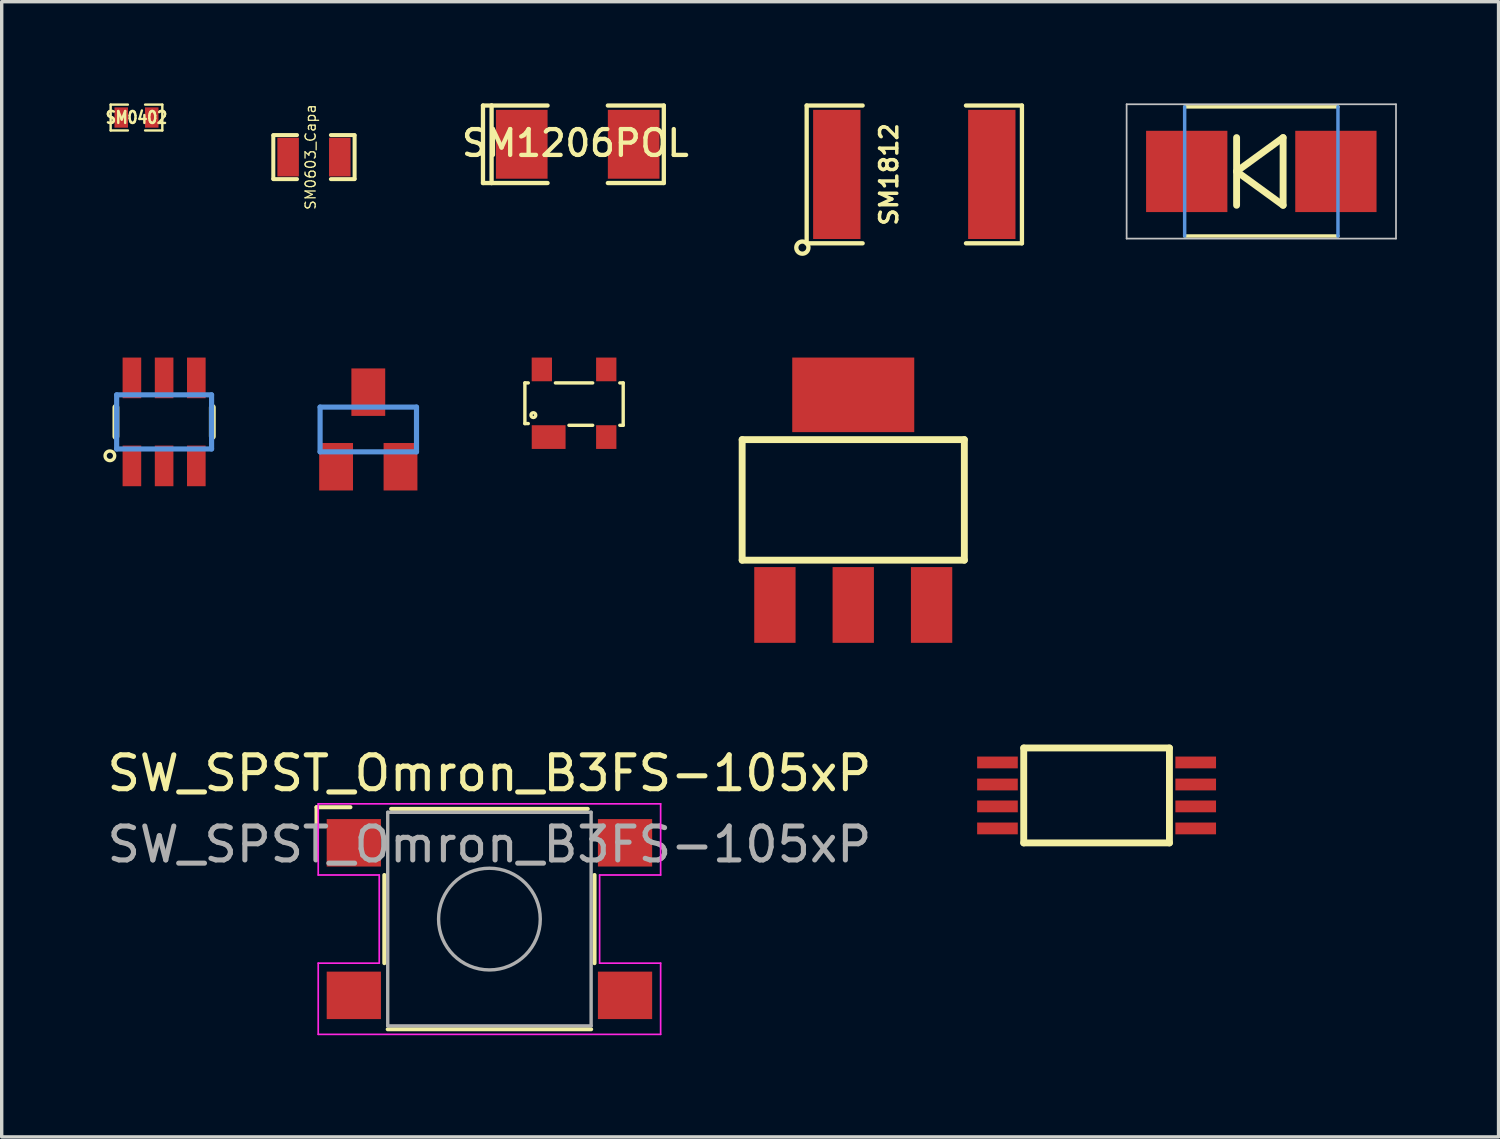
<source format=kicad_pcb>
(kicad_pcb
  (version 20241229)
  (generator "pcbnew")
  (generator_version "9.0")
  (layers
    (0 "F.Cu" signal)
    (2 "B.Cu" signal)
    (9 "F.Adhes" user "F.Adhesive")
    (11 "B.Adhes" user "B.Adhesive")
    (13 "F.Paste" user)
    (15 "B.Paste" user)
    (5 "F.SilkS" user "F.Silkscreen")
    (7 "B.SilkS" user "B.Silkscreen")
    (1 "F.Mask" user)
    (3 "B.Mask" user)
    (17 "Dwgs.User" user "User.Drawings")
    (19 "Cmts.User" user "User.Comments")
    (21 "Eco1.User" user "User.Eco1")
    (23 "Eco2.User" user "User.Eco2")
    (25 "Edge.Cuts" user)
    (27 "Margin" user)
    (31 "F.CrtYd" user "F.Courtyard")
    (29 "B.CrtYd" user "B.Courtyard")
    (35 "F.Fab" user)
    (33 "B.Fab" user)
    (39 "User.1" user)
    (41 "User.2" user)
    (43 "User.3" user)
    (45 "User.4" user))
  (footprint "SOT223"
    (layer "F.Cu")
    (at 22.119 11.696)
    (property "Reference" "SOT223" (at 0 -0.254 0) (layer "Eco1.User") (effects (font (size 1.27 1.27) (thickness 0.102))))
    (attr through_hole)
    (fp_line (start -3.277 -1.778) (end 3.277 -1.778) (stroke (width 0.203) (type solid)) (layer "F.SilkS"))
    (fp_line (start -3.277 1.778) (end -3.277 -1.778) (stroke (width 0.203) (type solid)) (layer "F.SilkS"))
    (fp_line (start 3.277 -1.778) (end 3.277 1.778) (stroke (width 0.203) (type solid)) (layer "F.SilkS"))
    (fp_line (start 3.277 1.778) (end -3.277 1.778) (stroke (width 0.203) (type solid)) (layer "F.SilkS"))
    (pad "1" smd rect (at -2.311 3.099) (size 1.219 2.235) (layers "F.Cu" "F.Mask" "F.Paste"))
    (pad "2" smd rect (at 0 -3.099) (size 3.599 2.2) (layers "F.Cu" "F.Mask" "F.Paste"))
    (pad "2" smd rect (at 0 3.099) (size 1.219 2.235) (layers "F.Cu" "F.Mask" "F.Paste"))
    (pad "3" smd rect (at 2.311 3.099) (size 1.219 2.235) (layers "F.Cu" "F.Mask" "F.Paste")))
  (footprint "SM1206POL"
    (layer "F.Cu")
    (at 13.991 1.206)
    (property "Reference" "SM1206POL" (at -0.069 -0.033 0) (layer "F.SilkS") (effects (font (size 0.762 0.762) (thickness 0.127))))
    (attr smd)
    (fp_line (start -2.794 -1.143) (end -2.794 1.143) (stroke (width 0.127) (type solid)) (layer "F.SilkS"))
    (fp_line (start -2.794 1.143) (end -2.54 1.143) (stroke (width 0.127) (type solid)) (layer "F.SilkS"))
    (fp_line (start -2.54 -1.143) (end -2.794 -1.143) (stroke (width 0.127) (type solid)) (layer "F.SilkS"))
    (fp_line (start -2.54 -1.143) (end -2.54 1.143) (stroke (width 0.127) (type solid)) (layer "F.SilkS"))
    (fp_line (start -2.54 1.143) (end -0.889 1.143) (stroke (width 0.127) (type solid)) (layer "F.SilkS"))
    (fp_line (start -0.889 -1.143) (end -2.54 -1.143) (stroke (width 0.127) (type solid)) (layer "F.SilkS"))
    (fp_line (start 0.889 -1.143) (end 2.54 -1.143) (stroke (width 0.127) (type solid)) (layer "F.SilkS"))
    (fp_line (start 2.54 -1.143) (end 2.54 1.143) (stroke (width 0.127) (type solid)) (layer "F.SilkS"))
    (fp_line (start 2.54 1.143) (end 0.889 1.143) (stroke (width 0.127) (type solid)) (layer "F.SilkS"))
    (pad "1" smd rect (at -1.651 0) (size 1.524 2.032) (layers "F.Cu" "F.Mask" "F.Paste"))
    (pad "2" smd rect (at 1.651 0) (size 1.524 2.032) (layers "F.Cu" "F.Mask" "F.Paste")))
  (footprint "SOT23-6"
    (layer "F.Cu")
    (at 1.791 9.395)
    (property "Reference" "SOT23-6" (at 0 -0.25 0) (layer "Eco1.User") (effects (font (size 0.254 0.254) (thickness 0.03))))
    (attr through_hole)
    (fp_line (start -1.422 0.429) (end -1.422 -0.429) (stroke (width 0.203) (type solid)) (layer "F.SilkS"))
    (fp_line (start 1.422 -0.429) (end 1.422 0.429) (stroke (width 0.203) (type solid)) (layer "F.SilkS"))
    (fp_circle (center -1.6 1) (end -1.5 0.9) (stroke (width 0.1) (type solid)) (fill no) (layer "F.SilkS"))
    (fp_line (start -1.4 -0.798) (end -1.4 0.798) (stroke (width 0.152) (type solid)) (layer "Cmts.User"))
    (fp_line (start -1.4 -0.798) (end 1.4 -0.798) (stroke (width 0.152) (type solid)) (layer "Cmts.User"))
    (fp_line (start 1.4 -0.798) (end 1.4 0.798) (stroke (width 0.152) (type solid)) (layer "Cmts.User"))
    (fp_line (start 1.4 0.798) (end -1.4 0.798) (stroke (width 0.152) (type solid)) (layer "Cmts.User"))
    (pad "1" smd rect (at -0.95 1.298) (size 0.549 1.199) (layers "F.Cu" "F.Mask" "F.Paste"))
    (pad "2" smd rect (at 0 1.298) (size 0.549 1.199) (layers "F.Cu" "F.Mask" "F.Paste"))
    (pad "3" smd rect (at 0.95 1.298) (size 0.549 1.199) (layers "F.Cu" "F.Mask" "F.Paste"))
    (pad "4" smd rect (at 0.95 -1.298) (size 0.549 1.199) (layers "F.Cu" "F.Mask" "F.Paste"))
    (pad "5" smd rect (at 0 -1.298) (size 0.549 1.199) (layers "F.Cu" "F.Mask" "F.Paste"))
    (pad "6" smd rect (at -0.95 -1.298) (size 0.549 1.199) (layers "F.Cu" "F.Mask" "F.Paste")))
  (footprint "SM0603_Capa"
    (layer "F.Cu")
    (at 6.211 1.584)
    (property "Reference" "SM0603_Capa" (at -0.1 0 90) (layer "F.SilkS") (effects (font (size 0.3 0.3) (thickness 0.038))))
    (attr smd)
    (fp_line (start -1.199 -0.65) (end -0.5 -0.65) (stroke (width 0.119) (type solid)) (layer "F.SilkS"))
    (fp_line (start -1.199 0.635) (end -1.199 -0.635) (stroke (width 0.119) (type solid)) (layer "F.SilkS"))
    (fp_line (start -0.5 0.65) (end -1.199 0.65) (stroke (width 0.119) (type solid)) (layer "F.SilkS"))
    (fp_line (start 0.5 -0.65) (end 1.199 -0.65) (stroke (width 0.119) (type solid)) (layer "F.SilkS"))
    (fp_line (start 0.5 0.65) (end 1.199 0.65) (stroke (width 0.119) (type solid)) (layer "F.SilkS"))
    (fp_line (start 1.199 -0.635) (end 1.199 0.635) (stroke (width 0.119) (type solid)) (layer "F.SilkS"))
    (pad "1" smd rect (at -0.762 0) (size 0.635 1.143) (layers "F.Cu" "F.Mask" "F.Paste"))
    (pad "2" smd rect (at 0.762 0) (size 0.635 1.143) (layers "F.Cu" "F.Mask" "F.Paste")))
  (footprint "SMB-DIODE"
    (layer "F.Cu")
    (at 34.156 2.007)
    (property "Reference" "SMB-DIODE" (at 0.015 -0.095 0) (layer "Eco1.User") (effects (font (size 0.25 0.25) (thickness 0.062))))
    (attr through_hole)
    (fp_line (start -2.261 -1.905) (end 2.261 -1.905) (stroke (width 0.102) (type solid)) (layer "F.SilkS"))
    (fp_line (start -2.261 1.905) (end 2.261 1.905) (stroke (width 0.102) (type solid)) (layer "F.SilkS"))
    (fp_line (start -0.729 -0.998) (end -0.729 0.998) (stroke (width 0.203) (type solid)) (layer "F.SilkS"))
    (fp_line (start -0.729 0) (end 0.643 0.998) (stroke (width 0.203) (type solid)) (layer "F.SilkS"))
    (fp_line (start 0.643 -0.998) (end -0.729 0) (stroke (width 0.203) (type solid)) (layer "F.SilkS"))
    (fp_line (start 0.643 0.998) (end 0.643 -0.998) (stroke (width 0.203) (type solid)) (layer "F.SilkS"))
    (fp_line (start -3.973 -1.981) (end 3.973 -1.981) (stroke (width 0.051) (type solid)) (layer "Dwgs.User"))
    (fp_line (start -3.973 1.981) (end -3.973 -1.981) (stroke (width 0.051) (type solid)) (layer "Dwgs.User"))
    (fp_line (start 3.973 -1.981) (end 3.973 1.981) (stroke (width 0.051) (type solid)) (layer "Dwgs.User"))
    (fp_line (start 3.973 1.981) (end -3.973 1.981) (stroke (width 0.051) (type solid)) (layer "Dwgs.User"))
    (fp_line (start -2.261 1.905) (end -2.261 -1.905) (stroke (width 0.102) (type solid)) (layer "Cmts.User"))
    (fp_line (start 2.261 1.905) (end 2.261 -1.905) (stroke (width 0.102) (type solid)) (layer "Cmts.User"))
    (pad "A" smd rect (at 2.2 0) (size 2.398 2.398) (layers "F.Cu" "F.Mask" "F.Paste"))
    (pad "K" smd rect (at -2.2 0) (size 2.398 2.398) (layers "F.Cu" "F.Mask" "F.Paste")))
  (footprint "SOT23"
    (layer "F.Cu")
    (at 7.814 9.618)
    (property "Reference" "SOT23" (at -0.076 -1.829 0) (layer "Eco1.User") (effects (font (size 0.406 0.406) (thickness 0.03))))
    (attr through_hole)
    (fp_line (start -1.422 -0.66) (end 1.422 -0.66) (stroke (width 0.152) (type solid)) (layer "Cmts.User"))
    (fp_line (start -1.422 0.66) (end -1.422 -0.66) (stroke (width 0.152) (type solid)) (layer "Cmts.User"))
    (fp_line (start 1.422 -0.66) (end 1.422 0.66) (stroke (width 0.152) (type solid)) (layer "Cmts.User"))
    (fp_line (start 1.422 0.66) (end -1.422 0.66) (stroke (width 0.152) (type solid)) (layer "Cmts.User"))
    (pad "1" smd rect (at -0.95 1.1) (size 0.998 1.4) (layers "F.Cu" "F.Mask" "F.Paste"))
    (pad "2" smd rect (at 0.95 1.1) (size 0.998 1.4) (layers "F.Cu" "F.Mask" "F.Paste"))
    (pad "3" smd rect (at 0 -1.1) (size 0.998 1.4) (layers "F.Cu" "F.Mask" "F.Paste")))
  (footprint "SM0402"
    (layer "F.Cu")
    (at 0.976 0.417)
    (property "Reference" "SM0402" (at 0 0 0) (layer "F.SilkS") (effects (font (size 0.351 0.305) (thickness 0.071))))
    (attr smd)
    (fp_line (start -0.762 -0.381) (end -0.762 0.381) (stroke (width 0.071) (type solid)) (layer "F.SilkS"))
    (fp_line (start -0.762 0.381) (end -0.254 0.381) (stroke (width 0.071) (type solid)) (layer "F.SilkS"))
    (fp_line (start -0.254 -0.381) (end -0.762 -0.381) (stroke (width 0.071) (type solid)) (layer "F.SilkS"))
    (fp_line (start 0.254 -0.381) (end 0.762 -0.381) (stroke (width 0.071) (type solid)) (layer "F.SilkS"))
    (fp_line (start 0.762 -0.381) (end 0.762 0.381) (stroke (width 0.071) (type solid)) (layer "F.SilkS"))
    (fp_line (start 0.762 0.381) (end 0.254 0.381) (stroke (width 0.071) (type solid)) (layer "F.SilkS"))
    (pad "1" smd rect (at -0.45 0) (size 0.399 0.599) (layers "F.Cu" "F.Mask" "F.Paste"))
    (pad "2" smd rect (at 0.45 0) (size 0.399 0.599) (layers "F.Cu" "F.Mask" "F.Paste")))
  (footprint "TSSOP8"
    (layer "F.Cu")
    (at 29.297 20.414)
    (property "Reference" "TSSOP8" (at 0 -0.5 0) (layer "Eco1.User") (effects (font (size 0.254 0.254) (thickness 0.064))))
    (attr through_hole)
    (fp_line (start -2.149 -1.4) (end -2.149 1.4) (stroke (width 0.203) (type solid)) (layer "F.SilkS"))
    (fp_line (start -2.149 1.4) (end 2.149 1.4) (stroke (width 0.203) (type solid)) (layer "F.SilkS"))
    (fp_line (start 2.149 -1.4) (end -2.149 -1.4) (stroke (width 0.203) (type solid)) (layer "F.SilkS"))
    (fp_line (start 2.149 1.4) (end 2.149 -1.4) (stroke (width 0.203) (type solid)) (layer "F.SilkS"))
    (fp_circle (center -1.623 -0.648) (end -1.3 -0.648) (stroke (width 0.00012) (type solid)) (fill no) (layer "F.SilkS"))
    (pad "1" smd rect (at -2.924 -0.973) (size 1.199 0.348) (layers "F.Cu" "F.Mask" "F.Paste"))
    (pad "2" smd rect (at -2.924 -0.323) (size 1.199 0.348) (layers "F.Cu" "F.Mask" "F.Paste"))
    (pad "3" smd rect (at -2.924 0.323) (size 1.199 0.348) (layers "F.Cu" "F.Mask" "F.Paste"))
    (pad "4" smd rect (at -2.924 0.973) (size 1.199 0.348) (layers "F.Cu" "F.Mask" "F.Paste"))
    (pad "5" smd rect (at 2.924 0.973) (size 1.199 0.348) (layers "F.Cu" "F.Mask" "F.Paste"))
    (pad "6" smd rect (at 2.924 0.323) (size 1.199 0.348) (layers "F.Cu" "F.Mask" "F.Paste"))
    (pad "7" smd rect (at 2.924 -0.323) (size 1.199 0.348) (layers "F.Cu" "F.Mask" "F.Paste"))
    (pad "8" smd rect (at 2.924 -0.973) (size 1.199 0.348) (layers "F.Cu" "F.Mask" "F.Paste")))
  (footprint "SOT143-R"
    (layer "F.Cu")
    (at 13.883 8.845)
    (property "Reference" "SOT143-R" (at 0.036 0.048 0) (layer "Eco1.User") (effects (font (size 0.4 0.4) (thickness 0.05))))
    (attr through_hole)
    (fp_line (start -1.45 -0.6) (end -1.45 0.6) (stroke (width 0.1) (type solid)) (layer "F.SilkS"))
    (fp_line (start -1.45 0.6) (end -1.35 0.6) (stroke (width 0.1) (type solid)) (layer "F.SilkS"))
    (fp_line (start -1.35 -0.6) (end -1.45 -0.6) (stroke (width 0.1) (type solid)) (layer "F.SilkS"))
    (fp_line (start -0.55 -0.6) (end 0.55 -0.6) (stroke (width 0.1) (type solid)) (layer "F.SilkS"))
    (fp_line (start -0.15 0.65) (end 0.55 0.65) (stroke (width 0.1) (type solid)) (layer "F.SilkS"))
    (fp_line (start 1.35 -0.6) (end 1.45 -0.6) (stroke (width 0.1) (type solid)) (layer "F.SilkS"))
    (fp_line (start 1.45 -0.6) (end 1.45 0.65) (stroke (width 0.1) (type solid)) (layer "F.SilkS"))
    (fp_line (start 1.45 0.65) (end 1.35 0.65) (stroke (width 0.1) (type solid)) (layer "F.SilkS"))
    (fp_circle (center -1.2 0.35) (end -1.25 0.3) (stroke (width 0.1) (type solid)) (fill no) (layer "F.SilkS"))
    (pad "1" smd rect (at -0.749 0.998) (size 0.998 0.699) (layers "F.Cu" "F.Mask" "F.Paste"))
    (pad "2" smd rect (at 0.95 0.998) (size 0.599 0.699) (layers "F.Cu" "F.Mask" "F.Paste"))
    (pad "3" smd rect (at 0.95 -0.998) (size 0.599 0.699) (layers "F.Cu" "F.Mask" "F.Paste"))
    (pad "4" smd rect (at -0.95 -0.998) (size 0.599 0.699) (layers "F.Cu" "F.Mask" "F.Paste")))
  (footprint "SW_SPST_Omron_B3FS-105xP"
    (layer "F.Cu")
    (at 11.387 24.061)
    (property "Reference" "SW_SPST_Omron_B3FS-105xP" (at 0 -4.3 0) (layer "F.SilkS") (effects (font (size 1 1) (thickness 0.15))))
    (attr smd)
    (fp_line (start -5.1 -3.3) (end -4.1 -3.3) (stroke (width 0.12) (type solid)) (layer "F.SilkS"))
    (fp_line (start -5.1 -2.3) (end -5.1 -3.3) (stroke (width 0.12) (type solid)) (layer "F.SilkS"))
    (fp_line (start -3.1 -1.3) (end -3.1 1.3) (stroke (width 0.12) (type solid)) (layer "F.SilkS"))
    (fp_line (start 2.9 -3.25) (end -2.9 -3.25) (stroke (width 0.12) (type solid)) (layer "F.SilkS"))
    (fp_line (start 3 3.25) (end -3 3.25) (stroke (width 0.12) (type solid)) (layer "F.SilkS"))
    (fp_line (start 3.1 -1.3) (end 3.1 1.3) (stroke (width 0.12) (type solid)) (layer "F.SilkS"))
    (fp_line (start -5.05 -3.4) (end 5.05 -3.4) (stroke (width 0.05) (type solid)) (layer "F.CrtYd"))
    (fp_line (start -5.05 -1.3) (end -5.05 -3.4) (stroke (width 0.05) (type solid)) (layer "F.CrtYd"))
    (fp_line (start -5.05 1.3) (end -3.25 1.3) (stroke (width 0.05) (type solid)) (layer "F.CrtYd"))
    (fp_line (start -5.05 3.4) (end -5.05 1.3) (stroke (width 0.05) (type solid)) (layer "F.CrtYd"))
    (fp_line (start -3.25 -1.3) (end -5.05 -1.3) (stroke (width 0.05) (type solid)) (layer "F.CrtYd"))
    (fp_line (start -3.25 1.3) (end -3.25 -1.3) (stroke (width 0.05) (type solid)) (layer "F.CrtYd"))
    (fp_line (start 3.25 -1.3) (end 3.25 1.3) (stroke (width 0.05) (type solid)) (layer "F.CrtYd"))
    (fp_line (start 3.25 1.3) (end 5.05 1.3) (stroke (width 0.05) (type solid)) (layer "F.CrtYd"))
    (fp_line (start 5.05 -3.4) (end 5.05 -1.3) (stroke (width 0.05) (type solid)) (layer "F.CrtYd"))
    (fp_line (start 5.05 -1.3) (end 3.25 -1.3) (stroke (width 0.05) (type solid)) (layer "F.CrtYd"))
    (fp_line (start 5.05 1.3) (end 5.05 3.4) (stroke (width 0.05) (type solid)) (layer "F.CrtYd"))
    (fp_line (start 5.05 3.4) (end -5.05 3.4) (stroke (width 0.05) (type solid)) (layer "F.CrtYd"))
    (fp_line (start -3 -3.15) (end 3 -3.15) (stroke (width 0.1) (type solid)) (layer "F.Fab"))
    (fp_line (start -3 3.15) (end -3 -3.15) (stroke (width 0.1) (type solid)) (layer "F.Fab"))
    (fp_line (start 3 -3.15) (end 3 3.15) (stroke (width 0.1) (type solid)) (layer "F.Fab"))
    (fp_line (start 3 3.15) (end -3 3.15) (stroke (width 0.1) (type solid)) (layer "F.Fab"))
    (fp_circle (center 0 0) (end 1.5 0) (stroke (width 0.1) (type solid)) (fill no) (layer "F.Fab"))
    (fp_text user "${REFERENCE}" (at 0 -2.2 0) (layer "F.Fab") (effects (font (size 1 1) (thickness 0.15))))
    (pad "1" smd rect (at -4 -2.25 180) (size 1.6 1.4) (layers "F.Cu" "F.Mask" "F.Paste"))
    (pad "2" smd rect (at 4 -2.25 180) (size 1.6 1.4) (layers "F.Cu" "F.Mask" "F.Paste"))
    (pad "3" smd rect (at -4 2.25 180) (size 1.6 1.4) (layers "F.Cu" "F.Mask" "F.Paste"))
    (pad "4" smd rect (at 4 2.25 180) (size 1.6 1.4) (layers "F.Cu" "F.Mask" "F.Paste")))
  (footprint "SM1812"
    (layer "F.Cu")
    (at 23.92 2.095)
    (property "Reference" "SM1812" (at -0.747 0 90) (layer "F.SilkS") (effects (font (size 0.508 0.508) (thickness 0.102))))
    (attr smd)
    (fp_line (start -3.175 -2.032) (end -3.175 2.032) (stroke (width 0.127) (type solid)) (layer "F.SilkS"))
    (fp_line (start -3.175 2.032) (end -1.524 2.032) (stroke (width 0.127) (type solid)) (layer "F.SilkS"))
    (fp_line (start -1.524 -2.032) (end -3.175 -2.032) (stroke (width 0.127) (type solid)) (layer "F.SilkS"))
    (fp_line (start 1.524 2.032) (end 3.175 2.032) (stroke (width 0.127) (type solid)) (layer "F.SilkS"))
    (fp_line (start 3.175 -2.032) (end 1.524 -2.032) (stroke (width 0.127) (type solid)) (layer "F.SilkS"))
    (fp_line (start 3.175 2.032) (end 3.175 -2.032) (stroke (width 0.127) (type solid)) (layer "F.SilkS"))
    (fp_circle (center -3.302 2.159) (end -3.175 2.032) (stroke (width 0.127) (type solid)) (fill no) (layer "F.SilkS"))
    (pad "1" smd rect (at -2.286 0) (size 1.397 3.81) (layers "F.Cu" "F.Mask" "F.Paste"))
    (pad "2" smd rect (at 2.286 0) (size 1.397 3.81) (layers "F.Cu" "F.Mask" "F.Paste")))
  (gr_rect
    (start -3 -3)
    (end 41.154 30.486)
    (stroke (width 0.1) (type default))
    (fill no)
    (layer "Edge.Cuts")))
</source>
